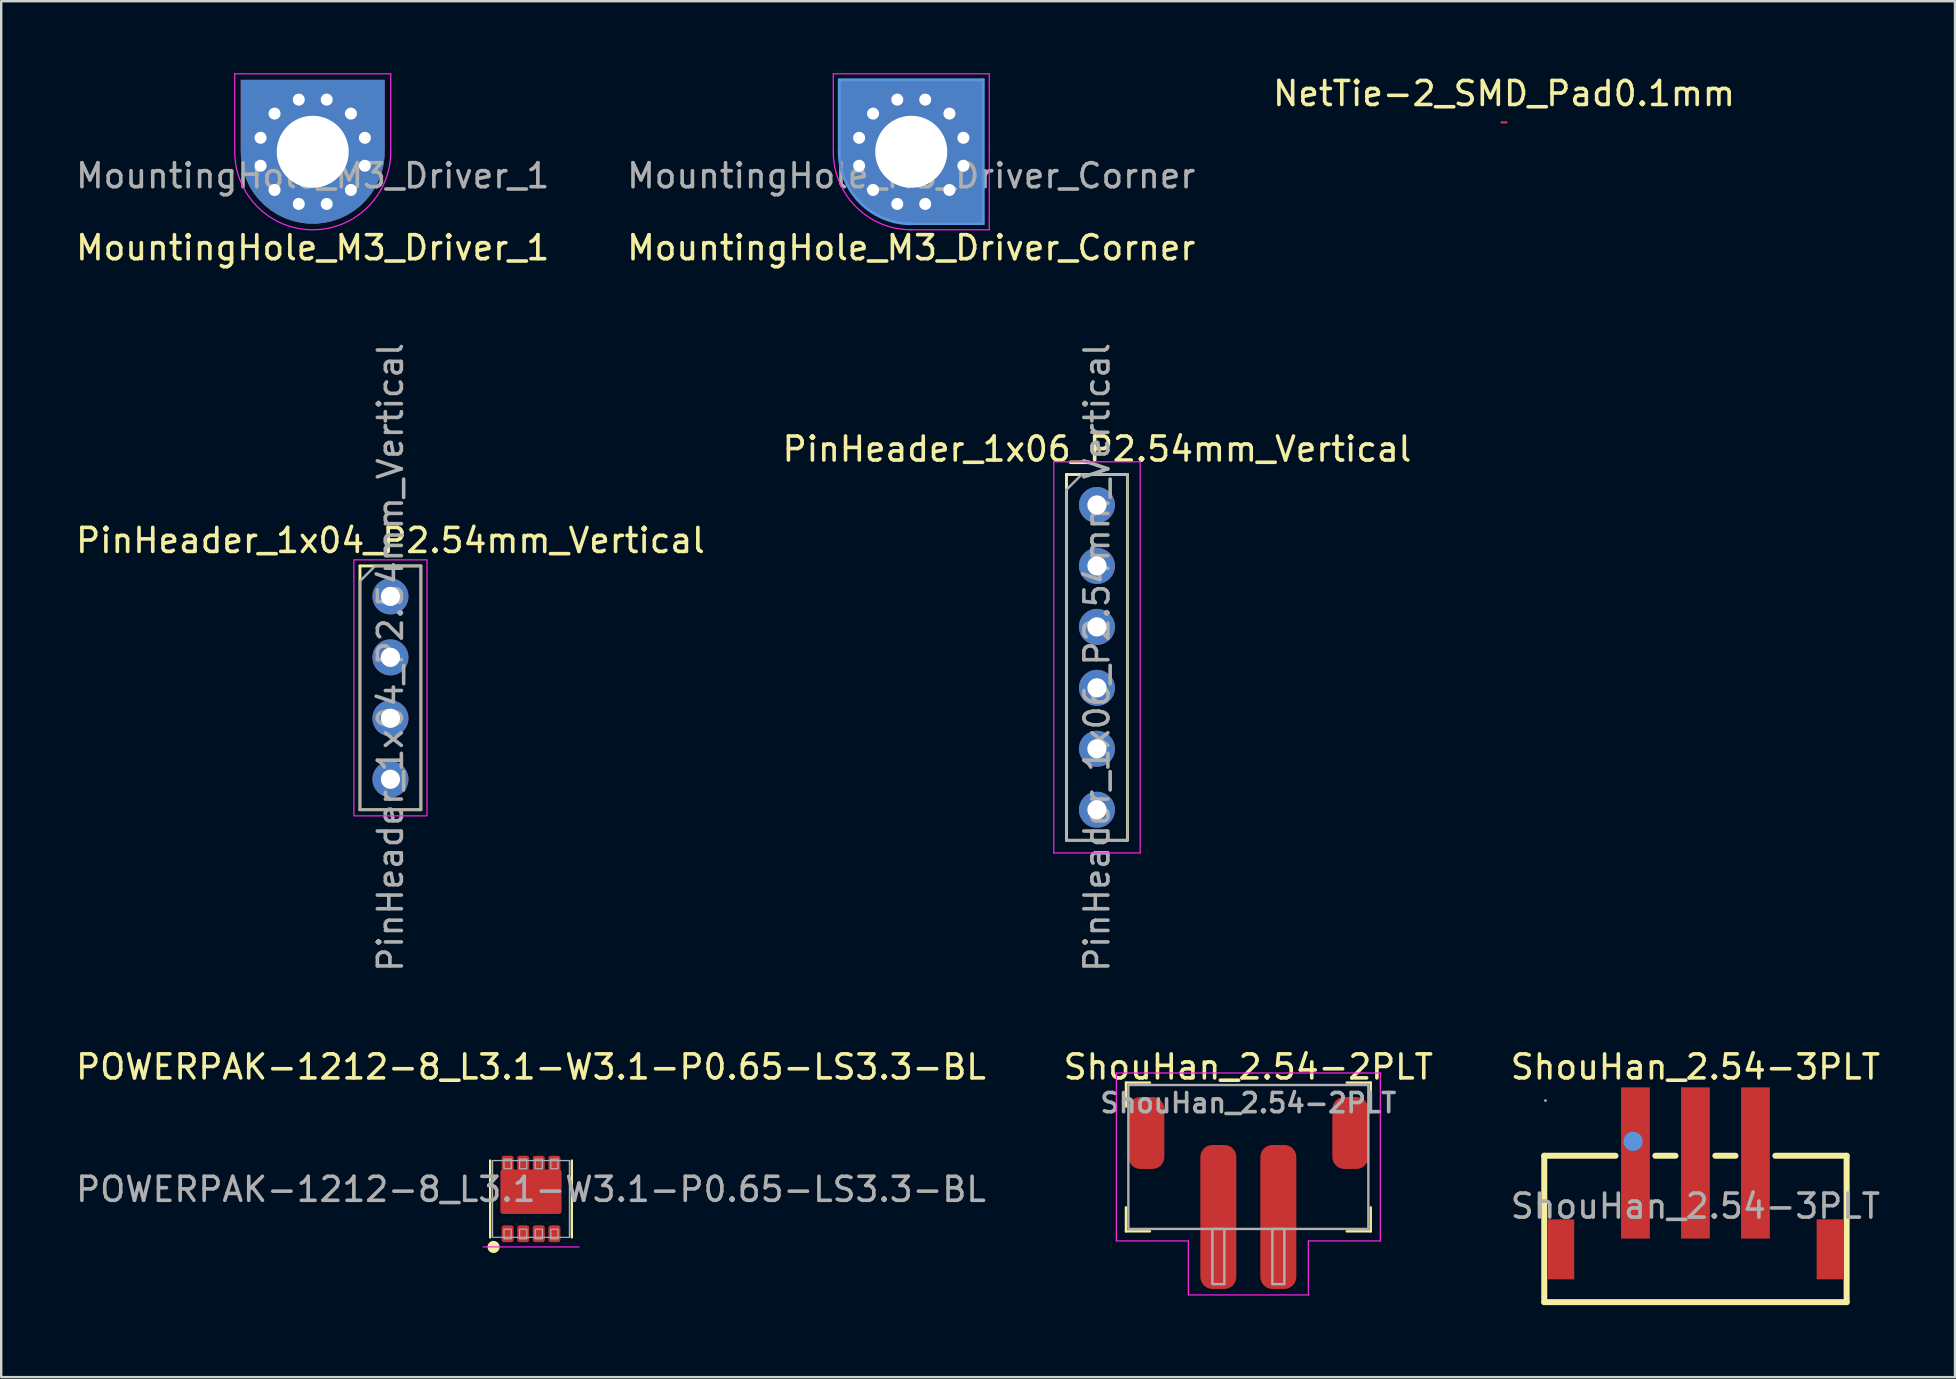
<source format=kicad_pcb>
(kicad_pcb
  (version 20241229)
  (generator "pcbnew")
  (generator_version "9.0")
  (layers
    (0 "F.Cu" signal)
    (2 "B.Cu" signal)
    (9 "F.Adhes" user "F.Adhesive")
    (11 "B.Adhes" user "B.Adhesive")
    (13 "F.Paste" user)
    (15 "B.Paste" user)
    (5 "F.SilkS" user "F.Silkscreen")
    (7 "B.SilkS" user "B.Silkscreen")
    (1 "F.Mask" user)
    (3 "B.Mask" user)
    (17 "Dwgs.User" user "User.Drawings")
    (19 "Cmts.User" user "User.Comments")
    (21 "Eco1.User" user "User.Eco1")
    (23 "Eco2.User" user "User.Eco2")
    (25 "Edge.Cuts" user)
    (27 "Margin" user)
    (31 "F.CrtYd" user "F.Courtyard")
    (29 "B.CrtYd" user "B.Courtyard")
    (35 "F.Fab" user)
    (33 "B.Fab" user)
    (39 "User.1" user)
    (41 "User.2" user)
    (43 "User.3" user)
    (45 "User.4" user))
  (footprint "MountingHole_M3_Driver_Corner"
    (layer "F.Cu")
    (at 34.923 3.275)
    (property "Reference" "MountingHole_M3_Driver_Corner" (at 0 4 0) (layer "F.SilkS") (effects (font (size 1 1) (thickness 0.15))))
    (attr exclude_from_pos_files exclude_from_bom)
    (fp_line (start -3 -3) (end -3 0) (stroke (width 0.12) (type solid)) (layer "Cmts.User"))
    (fp_line (start 3 -3) (end -3 -3) (stroke (width 0.12) (type solid)) (layer "Cmts.User"))
    (fp_line (start 3 3) (end 0 3) (stroke (width 0.1) (type default)) (layer "Cmts.User"))
    (fp_line (start 3 3) (end 3 -3) (stroke (width 0.12) (type solid)) (layer "Cmts.User"))
    (fp_arc (start 0 3) (mid -2.12132 2.12132) (end -3 0) (stroke (width 0.12) (type solid)) (layer "Cmts.User"))
    (fp_line (start -3.25 -3.25) (end -3.25 0) (stroke (width 0.05) (type solid)) (layer "F.CrtYd"))
    (fp_line (start 3.25 -3.25) (end -3.25 -3.25) (stroke (width 0.05) (type solid)) (layer "F.CrtYd"))
    (fp_line (start 3.25 0) (end 3.25 -3.25) (stroke (width 0.05) (type solid)) (layer "F.CrtYd"))
    (fp_line (start 3.25 0) (end 3.25 3.25) (stroke (width 0.05) (type default)) (layer "F.CrtYd"))
    (fp_line (start 3.25 3.25) (end 0 3.25) (stroke (width 0.05) (type default)) (layer "F.CrtYd"))
    (fp_arc (start 0 3.25) (mid -2.298097 2.298097) (end -3.25 0) (stroke (width 0.05) (type solid)) (layer "F.CrtYd"))
    (fp_text user "${REFERENCE}" (at 0 1 0) (layer "F.Fab") (effects (font (size 1 1) (thickness 0.15))))
    (pad "1" thru_hole circle (at -2.173 -0.582 45) (size 0.8 0.8) (drill 0.5) (layers "*.Cu" "*.Mask"))
    (pad "1" thru_hole circle (at -2.173 0.582 45) (size 0.8 0.8) (drill 0.5) (layers "*.Cu" "*.Mask"))
    (pad "1" thru_hole circle (at -1.591 -1.591 45) (size 0.8 0.8) (drill 0.5) (layers "*.Cu" "*.Mask"))
    (pad "1" thru_hole circle (at -1.591 1.591 45) (size 0.8 0.8) (drill 0.5) (layers "*.Cu" "*.Mask"))
    (pad "1" thru_hole circle (at -0.582 -2.173 45) (size 0.8 0.8) (drill 0.5) (layers "*.Cu" "*.Mask"))
    (pad "1" thru_hole circle (at -0.582 2.173 45) (size 0.8 0.8) (drill 0.5) (layers "*.Cu" "*.Mask"))
    (pad "1" thru_hole custom (at 0 0) (size 6 6) (drill 3) (layers "*.Cu" "*.Mask") (options (anchor circle)) (primitives (gr_poly (pts (xy -3 0) (xy 3 0) (xy 3 -3) (xy -3 -3)) (width 0) (fill yes)) (gr_poly (pts (xy 0 3) (xy 3 3) (xy 3 -3) (xy 0 -3)) (width 0) (fill yes))))
    (pad "1" thru_hole circle (at 0.582 -2.173 45) (size 0.8 0.8) (drill 0.5) (layers "*.Cu" "*.Mask"))
    (pad "1" thru_hole circle (at 0.582 2.173 45) (size 0.8 0.8) (drill 0.5) (layers "*.Cu" "*.Mask"))
    (pad "1" thru_hole circle (at 1.591 -1.591 45) (size 0.8 0.8) (drill 0.5) (layers "*.Cu" "*.Mask"))
    (pad "1" thru_hole circle (at 1.591 1.591 45) (size 0.8 0.8) (drill 0.5) (layers "*.Cu" "*.Mask"))
    (pad "1" thru_hole circle (at 2.173 -0.582 45) (size 0.8 0.8) (drill 0.5) (layers "*.Cu" "*.Mask"))
    (pad "1" thru_hole circle (at 2.173 0.582 45) (size 0.8 0.8) (drill 0.5) (layers "*.Cu" "*.Mask")))
  (footprint "MountingHole_M3_Driver_1"
    (layer "F.Cu")
    (at 9.982 3.275)
    (property "Reference" "MountingHole_M3_Driver_1" (at 0 4 0) (layer "F.SilkS") (effects (font (size 1 1) (thickness 0.15))))
    (attr exclude_from_pos_files exclude_from_bom)
    (fp_line (start -3.25 -3.25) (end -3.25 0) (stroke (width 0.05) (type solid)) (layer "F.CrtYd"))
    (fp_line (start 3.25 -3.25) (end -3.25 -3.25) (stroke (width 0.05) (type solid)) (layer "F.CrtYd"))
    (fp_line (start 3.25 0) (end 3.25 -3.25) (stroke (width 0.05) (type solid)) (layer "F.CrtYd"))
    (fp_arc (start 3.25 0) (mid 0 3.25) (end -3.25 0) (stroke (width 0.05) (type solid)) (layer "F.CrtYd"))
    (fp_text user "${REFERENCE}" (at 0 1 0) (layer "F.Fab") (effects (font (size 1 1) (thickness 0.15))))
    (pad "1" thru_hole circle (at -2.173 -0.582 30) (size 0.8 0.8) (drill 0.5) (layers "*.Cu" "*.Mask") (remove_unused_layers yes) (keep_end_layers yes) (zone_layer_connections))
    (pad "1" thru_hole circle (at -2.173 0.582 30) (size 0.8 0.8) (drill 0.5) (layers "*.Cu" "*.Mask") (remove_unused_layers yes) (keep_end_layers yes) (zone_layer_connections))
    (pad "1" thru_hole circle (at -1.591 -1.591 30) (size 0.8 0.8) (drill 0.5) (layers "*.Cu" "*.Mask") (remove_unused_layers yes) (keep_end_layers yes) (zone_layer_connections))
    (pad "1" thru_hole circle (at -1.591 1.591 30) (size 0.8 0.8) (drill 0.5) (layers "*.Cu" "*.Mask") (remove_unused_layers yes) (keep_end_layers yes) (zone_layer_connections))
    (pad "1" thru_hole circle (at -0.582 -2.173 30) (size 0.8 0.8) (drill 0.5) (layers "*.Cu" "*.Mask") (remove_unused_layers yes) (keep_end_layers yes) (zone_layer_connections))
    (pad "1" thru_hole circle (at -0.582 2.173 30) (size 0.8 0.8) (drill 0.5) (layers "*.Cu" "*.Mask") (remove_unused_layers yes) (keep_end_layers yes) (zone_layer_connections))
    (pad "1" thru_hole custom (at 0 0) (size 6 6) (drill 3) (layers "*.Cu" "*.Mask") (remove_unused_layers yes) (keep_end_layers yes) (zone_layer_connections) (options (anchor circle)) (primitives (gr_poly (pts (xy -3 0) (xy 3 0) (xy 3 -3) (xy -3 -3)) (width 0) (fill yes))))
    (pad "1" thru_hole circle (at 0.582 -2.173 30) (size 0.8 0.8) (drill 0.5) (layers "*.Cu" "*.Mask") (remove_unused_layers yes) (keep_end_layers yes) (zone_layer_connections))
    (pad "1" thru_hole circle (at 0.582 2.173 30) (size 0.8 0.8) (drill 0.5) (layers "*.Cu" "*.Mask") (remove_unused_layers yes) (keep_end_layers yes) (zone_layer_connections))
    (pad "1" thru_hole circle (at 1.591 -1.591 30) (size 0.8 0.8) (drill 0.5) (layers "*.Cu" "*.Mask") (remove_unused_layers yes) (keep_end_layers yes) (zone_layer_connections))
    (pad "1" thru_hole circle (at 1.591 1.591 30) (size 0.8 0.8) (drill 0.5) (layers "*.Cu" "*.Mask") (remove_unused_layers yes) (keep_end_layers yes) (zone_layer_connections))
    (pad "1" thru_hole circle (at 2.173 -0.582 30) (size 0.8 0.8) (drill 0.5) (layers "*.Cu" "*.Mask") (remove_unused_layers yes) (keep_end_layers yes) (zone_layer_connections))
    (pad "1" thru_hole circle (at 2.173 0.582 30) (size 0.8 0.8) (drill 0.5) (layers "*.Cu" "*.Mask") (remove_unused_layers yes) (keep_end_layers yes) (zone_layer_connections)))
  (footprint "POWERPAK-1212-8_L3.1-W3.1-P0.65-LS3.3-BL"
    (layer "F.Cu")
    (at 19.077 46.912)
    (property "Reference" "POWERPAK-1212-8_L3.1-W3.1-P0.65-LS3.3-BL" (at 0 -5.5 0) (layer "F.SilkS") (effects (font (size 1 1) (thickness 0.15))))
    (attr smd)
    (fp_line (start -1.7 1.6) (end -1.7 -1.6) (stroke (width 0.1) (type default)) (layer "F.SilkS"))
    (fp_line (start 1.7 1.6) (end 1.7 -1.6) (stroke (width 0.1) (type default)) (layer "F.SilkS"))
    (fp_circle (center -1.56 2) (end -1.43 2) (stroke (width 0.25) (type solid)) (fill no) (layer "F.SilkS"))
    (fp_rect (start -1.125 -1) (end -0.825 0.525) (stroke (width 0.1) (type default)) (fill no) (layer "F.Paste"))
    (fp_line (start 2 2) (end -2 2) (stroke (width 0.05) (type default)) (layer "F.CrtYd"))
    (fp_rect (start -1.6 -1.6) (end 1.6 1.6) (stroke (width 0.05) (type default)) (fill no) (layer "F.Fab"))
    (fp_rect (start -1.125 1.26) (end -0.825 1.66) (stroke (width 0.05) (type default)) (fill no) (layer "F.Fab"))
    (fp_rect (start -0.825 -1.26) (end -1.125 -1.66) (stroke (width 0.05) (type default)) (fill no) (layer "F.Fab"))
    (fp_rect (start -0.475 1.26) (end -0.175 1.66) (stroke (width 0.05) (type default)) (fill no) (layer "F.Fab"))
    (fp_rect (start -0.175 -1.26) (end -0.475 -1.66) (stroke (width 0.05) (type default)) (fill no) (layer "F.Fab"))
    (fp_rect (start 0.175 1.26) (end 0.475 1.66) (stroke (width 0.05) (type default)) (fill no) (layer "F.Fab"))
    (fp_rect (start 0.475 -1.26) (end 0.175 -1.66) (stroke (width 0.05) (type default)) (fill no) (layer "F.Fab"))
    (fp_rect (start 0.825 1.26) (end 1.125 1.66) (stroke (width 0.05) (type default)) (fill no) (layer "F.Fab"))
    (fp_rect (start 1.125 -1.26) (end 0.825 -1.66) (stroke (width 0.05) (type default)) (fill no) (layer "F.Fab"))
    (fp_text user "${REFERENCE}" (at 0 -0.4 0) (layer "F.Fab") (effects (font (size 1 1) (thickness 0.15))))
    (pad "1" smd roundrect (at -0.975 1.45) (size 0.5 0.7) (layers "F.Cu" "F.Mask" "F.Paste") (roundrect_rratio 0.2))
    (pad "2" smd roundrect (at -0.325 1.45) (size 0.5 0.7) (layers "F.Cu" "F.Mask" "F.Paste") (roundrect_rratio 0.2))
    (pad "3" smd roundrect (at 0.325 1.45) (size 0.5 0.7) (layers "F.Cu" "F.Mask" "F.Paste") (roundrect_rratio 0.2))
    (pad "4" smd roundrect (at 0.975 1.45) (size 0.5 0.7) (layers "F.Cu" "F.Mask" "F.Paste") (roundrect_rratio 0.2))
    (pad "5" smd roundrect (at 0.975 -1.45) (size 0.5 0.7) (layers "F.Cu" "F.Mask" "F.Paste") (roundrect_rratio 0.2))
    (pad "6" smd roundrect (at 0.325 -1.45) (size 0.5 0.7) (layers "F.Cu" "F.Mask" "F.Paste") (roundrect_rratio 0.2))
    (pad "7" smd roundrect (at -0.325 -1.45) (size 0.5 0.7) (layers "F.Cu" "F.Mask" "F.Paste") (roundrect_rratio 0.2))
    (pad "8" smd roundrect (at -0.975 -1.45) (size 0.5 0.7) (layers "F.Cu" "F.Mask" "F.Paste") (roundrect_rratio 0.2))
    (pad "8" smd roundrect (at 0 -0.3) (size 2.55 1.85) (layers "F.Cu" "F.Mask") (roundrect_rratio 0.057)))
  (footprint "ShouHan_2.54-3PLT"
    (layer "F.Cu")
    (at 67.601 47.212)
    (property "Reference" "ShouHan_2.54-3PLT" (at 0 -5.8 0) (layer "F.SilkS") (effects (font (size 1 1) (thickness 0.15))))
    (attr smd)
    (fp_line (start -6.3 -2.1) (end -3.33 -2.1) (stroke (width 0.25) (type solid)) (layer "F.SilkS"))
    (fp_line (start -6.3 4) (end -6.3 -2.1) (stroke (width 0.25) (type solid)) (layer "F.SilkS"))
    (fp_line (start -1.67 -2.1) (end -0.83 -2.1) (stroke (width 0.25) (type solid)) (layer "F.SilkS"))
    (fp_line (start 0.83 -2.1) (end 1.67 -2.1) (stroke (width 0.25) (type solid)) (layer "F.SilkS"))
    (fp_line (start 3.33 -2.1) (end 6.3 -2.1) (stroke (width 0.25) (type solid)) (layer "F.SilkS"))
    (fp_line (start 6.3 -2.1) (end 6.3 4) (stroke (width 0.25) (type solid)) (layer "F.SilkS"))
    (fp_line (start 6.3 4) (end -6.3 4) (stroke (width 0.25) (type solid)) (layer "F.SilkS"))
    (fp_circle (center -2.6 -2.7) (end -2.4 -2.7) (stroke (width 0.4) (type solid)) (fill no) (layer "Cmts.User"))
    (fp_circle (center -6.25 -4.4) (end -6.22 -4.4) (stroke (width 0.06) (type solid)) (fill no) (layer "F.Fab"))
    (fp_text user "${REFERENCE}" (at 0 0 0) (layer "F.Fab") (effects (font (size 1 1) (thickness 0.15))))
    (pad "1" smd rect (at -2.5 -1.8) (size 1.2 6.3) (layers "F.Cu" "F.Mask" "F.Paste"))
    (pad "2" smd rect (at 0 -1.8) (size 1.2 6.3) (layers "F.Cu" "F.Mask" "F.Paste"))
    (pad "3" smd rect (at 2.5 -1.8) (size 1.2 6.3) (layers "F.Cu" "F.Mask" "F.Paste"))
    (pad "4" smd rect (at 5.6 1.8) (size 1.1 2.5) (layers "F.Cu" "F.Mask" "F.Paste"))
    (pad "5" smd rect (at -5.6 1.8) (size 1.1 2.5) (layers "F.Cu" "F.Mask" "F.Paste")))
  (footprint "ShouHan_2.54-2PLT"
    (layer "F.Cu")
    (at 48.97 42.162)
    (property "Reference" "ShouHan_2.54-2PLT" (at 0 -0.75 180) (layer "F.SilkS") (effects (font (size 1 1) (thickness 0.15))))
    (attr smd)
    (fp_line (start -5.1 -0.1) (end -5.1 0.9) (stroke (width 0.1) (type default)) (layer "F.SilkS"))
    (fp_line (start -5.1 -0.1) (end -4.1 -0.1) (stroke (width 0.1) (type default)) (layer "F.SilkS"))
    (fp_line (start -5.1 6.1) (end -5.1 5.1) (stroke (width 0.1) (type default)) (layer "F.SilkS"))
    (fp_line (start -5.1 6.1) (end -4.1 6.1) (stroke (width 0.1) (type default)) (layer "F.SilkS"))
    (fp_line (start 5.1 -0.1) (end 4.1 -0.1) (stroke (width 0.1) (type default)) (layer "F.SilkS"))
    (fp_line (start 5.1 -0.1) (end 5.1 0.9) (stroke (width 0.1) (type default)) (layer "F.SilkS"))
    (fp_line (start 5.1 6.1) (end 4.1 6.1) (stroke (width 0.1) (type default)) (layer "F.SilkS"))
    (fp_line (start 5.1 6.1) (end 5.1 5.1) (stroke (width 0.1) (type default)) (layer "F.SilkS"))
    (fp_line (start -5.5 6.5) (end -5.5 -0.5) (stroke (width 0.05) (type default)) (layer "F.CrtYd"))
    (fp_line (start -2.5 6.5) (end -5.5 6.5) (stroke (width 0.05) (type default)) (layer "F.CrtYd"))
    (fp_line (start -2.5 8.75) (end -2.5 6.5) (stroke (width 0.05) (type default)) (layer "F.CrtYd"))
    (fp_line (start 2.5 6.5) (end 2.5 8.75) (stroke (width 0.05) (type default)) (layer "F.CrtYd"))
    (fp_line (start 2.5 8.75) (end -2.5 8.75) (stroke (width 0.05) (type default)) (layer "F.CrtYd"))
    (fp_line (start 5.5 -0.5) (end -5.5 -0.5) (stroke (width 0.05) (type default)) (layer "F.CrtYd"))
    (fp_line (start 5.5 6.5) (end 2.5 6.5) (stroke (width 0.05) (type default)) (layer "F.CrtYd"))
    (fp_line (start 5.5 6.5) (end 5.5 -0.5) (stroke (width 0.05) (type default)) (layer "F.CrtYd"))
    (fp_rect (start -1.5 6) (end -1 8.3) (stroke (width 0.1) (type default)) (fill no) (layer "F.Fab"))
    (fp_rect (start 1 6) (end 1.5 8.3) (stroke (width 0.1) (type default)) (fill no) (layer "F.Fab"))
    (fp_rect (start 5 0) (end -5 6) (stroke (width 0.1) (type default)) (fill no) (layer "F.Fab"))
    (fp_text user "${REFERENCE}" (at 0 0.75 180) (layer "F.Fab") (effects (font (size 0.8 0.8) (thickness 0.15))))
    (pad "1" smd roundrect (at 1.25 5.5 180) (size 1.5 6) (layers "F.Cu" "F.Mask" "F.Paste") (roundrect_rratio 0.333))
    (pad "2" smd roundrect (at -1.25 5.5 180) (size 1.5 6) (layers "F.Cu" "F.Mask" "F.Paste") (roundrect_rratio 0.333))
    (pad "3" smd roundrect (at 4.25 2 180) (size 1.5 3) (layers "F.Cu" "F.Mask" "F.Paste") (roundrect_rratio 0.333))
    (pad "4" smd roundrect (at -4.25 2 180) (size 1.5 3) (layers "F.Cu" "F.Mask" "F.Paste") (roundrect_rratio 0.333)))
  (footprint "PinHeader_1x04_P2.54mm_Vertical"
    (layer "F.Cu")
    (at 13.22 21.803)
    (property "Reference" "PinHeader_1x04_P2.54mm_Vertical" (at 0 -2.33 0) (layer "F.SilkS") (effects (font (size 1 1) (thickness 0.15))))
    (attr through_hole)
    (fp_line (start -1.27 -1.27) (end -1.27 8.89) (stroke (width 0.12) (type solid)) (layer "F.SilkS"))
    (fp_line (start -1.27 -1.27) (end 1.27 -1.27) (stroke (width 0.12) (type solid)) (layer "F.SilkS"))
    (fp_line (start -1.27 8.89) (end 1.27 8.89) (stroke (width 0.12) (type solid)) (layer "F.SilkS"))
    (fp_line (start 1.27 -1.27) (end 1.27 8.89) (stroke (width 0.12) (type solid)) (layer "F.SilkS"))
    (fp_rect (start -1.524 -1.524) (end 1.524 9.144) (stroke (width 0.05) (type default)) (fill no) (layer "F.CrtYd"))
    (fp_line (start -1.27 -0.635) (end -0.635 -1.27) (stroke (width 0.1) (type solid)) (layer "F.Fab"))
    (fp_line (start -1.27 8.89) (end -1.27 -0.635) (stroke (width 0.1) (type solid)) (layer "F.Fab"))
    (fp_line (start -0.635 -1.27) (end 1.27 -1.27) (stroke (width 0.1) (type solid)) (layer "F.Fab"))
    (fp_line (start 1.27 -1.27) (end 1.27 8.89) (stroke (width 0.1) (type solid)) (layer "F.Fab"))
    (fp_line (start 1.27 8.89) (end -1.27 8.89) (stroke (width 0.1) (type solid)) (layer "F.Fab"))
    (fp_text user "${REFERENCE}" (at 0 2.54 90) (layer "F.Fab") (effects (font (size 1 1) (thickness 0.15))))
    (pad "1" thru_hole circle (at 0 0) (size 1.5 1.5) (drill 0.8) (layers "*.Cu" "*.Mask") (remove_unused_layers yes) (keep_end_layers yes) (zone_layer_connections))
    (pad "2" thru_hole circle (at 0 2.54) (size 1.5 1.5) (drill 0.8) (layers "*.Cu" "*.Mask") (remove_unused_layers yes) (keep_end_layers yes) (zone_layer_connections))
    (pad "3" thru_hole circle (at 0 5.08) (size 1.5 1.5) (drill 0.8) (layers "*.Cu" "*.Mask") (remove_unused_layers yes) (keep_end_layers yes) (zone_layer_connections))
    (pad "4" thru_hole circle (at 0 7.62) (size 1.5 1.5) (drill 0.8) (layers "*.Cu" "*.Mask") (remove_unused_layers yes) (keep_end_layers yes) (zone_layer_connections)))
  (footprint "NetTie-2_SMD_Pad0.1mm"
    (layer "F.Cu")
    (at 59.625 2.048)
    (property "Reference" "NetTie-2_SMD_Pad0.1mm" (at 0 -1.2 0) (layer "F.SilkS") (effects (font (size 1 1) (thickness 0.15))))
    (attr exclude_from_pos_files exclude_from_bom allow_missing_courtyard)
    (fp_poly (pts (xy -0.1 -0.05) (xy 0.1 -0.05) (xy 0.1 0.05) (xy -0.1 0.05)) (stroke (width 0) (type solid)) (fill yes) (layer "F.Cu"))
    (pad "1" smd circle (at -0.1 0) (size 0.1 0.1) (layers "F.Cu"))
    (pad "2" smd circle (at 0.1 0) (size 0.1 0.1) (layers "F.Cu")))
  (footprint "PinHeader_1x06_P2.54mm_Vertical"
    (layer "F.Cu")
    (at 42.661 17.993)
    (property "Reference" "PinHeader_1x06_P2.54mm_Vertical" (at 0 -2.33 0) (layer "F.SilkS") (effects (font (size 1 1) (thickness 0.15))))
    (attr through_hole)
    (fp_line (start -1.27 -1.27) (end -1.27 13.97) (stroke (width 0.12) (type solid)) (layer "F.SilkS"))
    (fp_line (start -1.27 -1.27) (end 1.27 -1.27) (stroke (width 0.12) (type solid)) (layer "F.SilkS"))
    (fp_line (start -1.27 13.97) (end 1.27 13.97) (stroke (width 0.12) (type solid)) (layer "F.SilkS"))
    (fp_line (start 1.27 -1.27) (end 1.27 13.97) (stroke (width 0.12) (type solid)) (layer "F.SilkS"))
    (fp_line (start -1.8 -1.8) (end -1.8 14.5) (stroke (width 0.05) (type solid)) (layer "F.CrtYd"))
    (fp_line (start -1.8 14.5) (end 1.8 14.5) (stroke (width 0.05) (type solid)) (layer "F.CrtYd"))
    (fp_line (start 1.8 -1.8) (end -1.8 -1.8) (stroke (width 0.05) (type solid)) (layer "F.CrtYd"))
    (fp_line (start 1.8 14.5) (end 1.8 -1.8) (stroke (width 0.05) (type solid)) (layer "F.CrtYd"))
    (fp_line (start -1.27 -0.635) (end -0.635 -1.27) (stroke (width 0.1) (type solid)) (layer "F.Fab"))
    (fp_line (start -1.27 13.97) (end -1.27 -0.635) (stroke (width 0.1) (type solid)) (layer "F.Fab"))
    (fp_line (start -0.635 -1.27) (end 1.27 -1.27) (stroke (width 0.1) (type solid)) (layer "F.Fab"))
    (fp_line (start 1.27 -1.27) (end 1.27 13.97) (stroke (width 0.1) (type solid)) (layer "F.Fab"))
    (fp_line (start 1.27 13.97) (end -1.27 13.97) (stroke (width 0.1) (type solid)) (layer "F.Fab"))
    (fp_text user "${REFERENCE}" (at 0 6.35 90) (layer "F.Fab") (effects (font (size 1 1) (thickness 0.15))))
    (pad "1" thru_hole circle (at 0 0) (size 1.5 1.5) (drill 0.8) (layers "*.Cu" "*.Mask"))
    (pad "2" thru_hole circle (at 0 2.54) (size 1.5 1.5) (drill 0.8) (layers "*.Cu" "*.Mask"))
    (pad "3" thru_hole circle (at 0 5.08) (size 1.5 1.5) (drill 0.8) (layers "*.Cu" "*.Mask"))
    (pad "4" thru_hole circle (at 0 7.62) (size 1.5 1.5) (drill 0.8) (layers "*.Cu" "*.Mask"))
    (pad "5" thru_hole circle (at 0 10.16) (size 1.5 1.5) (drill 0.8) (layers "*.Cu" "*.Mask"))
    (pad "6" thru_hole circle (at 0 12.7) (size 1.5 1.5) (drill 0.8) (layers "*.Cu" "*.Mask")))
  (gr_rect
    (start -3 -3)
    (end 78.417 54.337)
    (stroke (width 0.1) (type default))
    (fill no)
    (layer "Edge.Cuts")))
</source>
